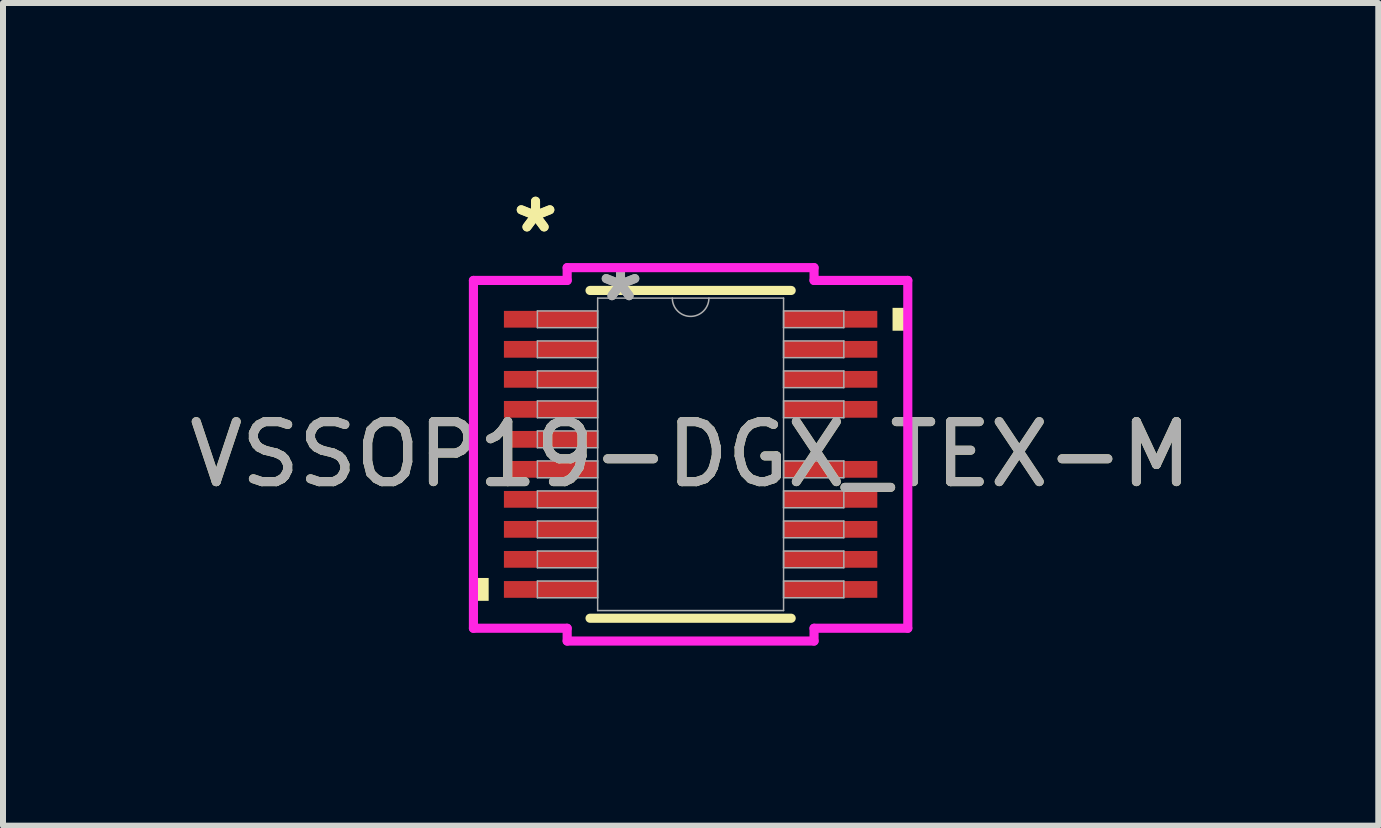
<source format=kicad_pcb>
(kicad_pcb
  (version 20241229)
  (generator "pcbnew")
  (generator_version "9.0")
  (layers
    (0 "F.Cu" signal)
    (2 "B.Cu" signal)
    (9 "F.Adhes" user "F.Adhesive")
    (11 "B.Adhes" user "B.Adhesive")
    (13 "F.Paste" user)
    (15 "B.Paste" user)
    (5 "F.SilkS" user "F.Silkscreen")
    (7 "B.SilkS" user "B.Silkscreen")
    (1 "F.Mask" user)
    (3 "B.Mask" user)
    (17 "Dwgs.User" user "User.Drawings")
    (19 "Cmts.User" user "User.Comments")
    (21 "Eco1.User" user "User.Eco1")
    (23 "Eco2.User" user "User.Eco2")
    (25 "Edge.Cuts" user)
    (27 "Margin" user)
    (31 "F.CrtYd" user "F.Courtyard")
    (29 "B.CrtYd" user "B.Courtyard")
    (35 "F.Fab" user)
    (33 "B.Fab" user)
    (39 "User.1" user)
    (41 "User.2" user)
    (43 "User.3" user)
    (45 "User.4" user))
  (footprint "VSSOP19-DGX_TEX-M"
    (layer "F.Cu")
    (at 8.458 4.521)
    (property "Reference" "VSSOP19-DGX_TEX-M" (at 0 0 0) (unlocked yes) (layer "F.SilkS") (effects (font (size 1 1) (thickness 0.15))))
    (attr smd)
    (fp_line (start -1.676 2.731) (end 1.676 2.731) (stroke (width 0.152) (type solid)) (layer "F.SilkS"))
    (fp_line (start 1.676 -2.731) (end -1.676 -2.731) (stroke (width 0.152) (type solid)) (layer "F.SilkS"))
    (fp_poly (pts (xy -3.619 2.06) (xy -3.619 2.441) (xy -3.365 2.441) (xy -3.365 2.06)) (stroke (width 0) (type solid)) (fill yes) (layer "F.SilkS"))
    (fp_poly (pts (xy 3.619 -2.441) (xy 3.619 -2.06) (xy 3.365 -2.06) (xy 3.365 -2.441)) (stroke (width 0) (type solid)) (fill yes) (layer "F.SilkS"))
    (fp_line (start -3.619 -2.898) (end -2.057 -2.898) (stroke (width 0.152) (type solid)) (layer "F.CrtYd"))
    (fp_line (start -3.619 2.898) (end -3.619 -2.898) (stroke (width 0.152) (type solid)) (layer "F.CrtYd"))
    (fp_line (start -3.619 2.898) (end -2.057 2.898) (stroke (width 0.152) (type solid)) (layer "F.CrtYd"))
    (fp_line (start -2.057 -3.111) (end 2.057 -3.111) (stroke (width 0.152) (type solid)) (layer "F.CrtYd"))
    (fp_line (start -2.057 -2.898) (end -2.057 -3.111) (stroke (width 0.152) (type solid)) (layer "F.CrtYd"))
    (fp_line (start -2.057 3.111) (end -2.057 2.898) (stroke (width 0.152) (type solid)) (layer "F.CrtYd"))
    (fp_line (start 2.057 -3.111) (end 2.057 -2.898) (stroke (width 0.152) (type solid)) (layer "F.CrtYd"))
    (fp_line (start 2.057 2.898) (end 2.057 3.111) (stroke (width 0.152) (type solid)) (layer "F.CrtYd"))
    (fp_line (start 2.057 3.111) (end -2.057 3.111) (stroke (width 0.152) (type solid)) (layer "F.CrtYd"))
    (fp_line (start 3.619 -2.898) (end 2.057 -2.898) (stroke (width 0.152) (type solid)) (layer "F.CrtYd"))
    (fp_line (start 3.619 -2.898) (end 3.619 2.898) (stroke (width 0.152) (type solid)) (layer "F.CrtYd"))
    (fp_line (start 3.619 2.898) (end 2.057 2.898) (stroke (width 0.152) (type solid)) (layer "F.CrtYd"))
    (fp_line (start -2.553 -2.39) (end -2.553 -2.111) (stroke (width 0.025) (type solid)) (layer "F.Fab"))
    (fp_line (start -2.553 -2.111) (end -1.549 -2.111) (stroke (width 0.025) (type solid)) (layer "F.Fab"))
    (fp_line (start -2.553 -1.89) (end -2.553 -1.611) (stroke (width 0.025) (type solid)) (layer "F.Fab"))
    (fp_line (start -2.553 -1.611) (end -1.549 -1.611) (stroke (width 0.025) (type solid)) (layer "F.Fab"))
    (fp_line (start -2.553 -1.39) (end -2.553 -1.111) (stroke (width 0.025) (type solid)) (layer "F.Fab"))
    (fp_line (start -2.553 -1.111) (end -1.549 -1.111) (stroke (width 0.025) (type solid)) (layer "F.Fab"))
    (fp_line (start -2.553 -0.89) (end -2.553 -0.61) (stroke (width 0.025) (type solid)) (layer "F.Fab"))
    (fp_line (start -2.553 -0.61) (end -1.549 -0.61) (stroke (width 0.025) (type solid)) (layer "F.Fab"))
    (fp_line (start -2.553 -0.39) (end -2.553 -0.11) (stroke (width 0.025) (type solid)) (layer "F.Fab"))
    (fp_line (start -2.553 -0.11) (end -1.549 -0.11) (stroke (width 0.025) (type solid)) (layer "F.Fab"))
    (fp_line (start -2.553 0.11) (end -2.553 0.39) (stroke (width 0.025) (type solid)) (layer "F.Fab"))
    (fp_line (start -2.553 0.39) (end -1.549 0.39) (stroke (width 0.025) (type solid)) (layer "F.Fab"))
    (fp_line (start -2.553 0.61) (end -2.553 0.89) (stroke (width 0.025) (type solid)) (layer "F.Fab"))
    (fp_line (start -2.553 0.89) (end -1.549 0.89) (stroke (width 0.025) (type solid)) (layer "F.Fab"))
    (fp_line (start -2.553 1.111) (end -2.553 1.39) (stroke (width 0.025) (type solid)) (layer "F.Fab"))
    (fp_line (start -2.553 1.39) (end -1.549 1.39) (stroke (width 0.025) (type solid)) (layer "F.Fab"))
    (fp_line (start -2.553 1.611) (end -2.553 1.89) (stroke (width 0.025) (type solid)) (layer "F.Fab"))
    (fp_line (start -2.553 1.89) (end -1.549 1.89) (stroke (width 0.025) (type solid)) (layer "F.Fab"))
    (fp_line (start -2.553 2.111) (end -2.553 2.39) (stroke (width 0.025) (type solid)) (layer "F.Fab"))
    (fp_line (start -2.553 2.39) (end -1.549 2.39) (stroke (width 0.025) (type solid)) (layer "F.Fab"))
    (fp_line (start -1.549 -2.603) (end -1.549 2.603) (stroke (width 0.025) (type solid)) (layer "F.Fab"))
    (fp_line (start -1.549 -2.39) (end -2.553 -2.39) (stroke (width 0.025) (type solid)) (layer "F.Fab"))
    (fp_line (start -1.549 -2.111) (end -1.549 -2.39) (stroke (width 0.025) (type solid)) (layer "F.Fab"))
    (fp_line (start -1.549 -1.89) (end -2.553 -1.89) (stroke (width 0.025) (type solid)) (layer "F.Fab"))
    (fp_line (start -1.549 -1.611) (end -1.549 -1.89) (stroke (width 0.025) (type solid)) (layer "F.Fab"))
    (fp_line (start -1.549 -1.39) (end -2.553 -1.39) (stroke (width 0.025) (type solid)) (layer "F.Fab"))
    (fp_line (start -1.549 -1.111) (end -1.549 -1.39) (stroke (width 0.025) (type solid)) (layer "F.Fab"))
    (fp_line (start -1.549 -0.89) (end -2.553 -0.89) (stroke (width 0.025) (type solid)) (layer "F.Fab"))
    (fp_line (start -1.549 -0.61) (end -1.549 -0.89) (stroke (width 0.025) (type solid)) (layer "F.Fab"))
    (fp_line (start -1.549 -0.39) (end -2.553 -0.39) (stroke (width 0.025) (type solid)) (layer "F.Fab"))
    (fp_line (start -1.549 -0.11) (end -1.549 -0.39) (stroke (width 0.025) (type solid)) (layer "F.Fab"))
    (fp_line (start -1.549 0.11) (end -2.553 0.11) (stroke (width 0.025) (type solid)) (layer "F.Fab"))
    (fp_line (start -1.549 0.39) (end -1.549 0.11) (stroke (width 0.025) (type solid)) (layer "F.Fab"))
    (fp_line (start -1.549 0.61) (end -2.553 0.61) (stroke (width 0.025) (type solid)) (layer "F.Fab"))
    (fp_line (start -1.549 0.89) (end -1.549 0.61) (stroke (width 0.025) (type solid)) (layer "F.Fab"))
    (fp_line (start -1.549 1.111) (end -2.553 1.111) (stroke (width 0.025) (type solid)) (layer "F.Fab"))
    (fp_line (start -1.549 1.39) (end -1.549 1.111) (stroke (width 0.025) (type solid)) (layer "F.Fab"))
    (fp_line (start -1.549 1.611) (end -2.553 1.611) (stroke (width 0.025) (type solid)) (layer "F.Fab"))
    (fp_line (start -1.549 1.89) (end -1.549 1.611) (stroke (width 0.025) (type solid)) (layer "F.Fab"))
    (fp_line (start -1.549 2.111) (end -2.553 2.111) (stroke (width 0.025) (type solid)) (layer "F.Fab"))
    (fp_line (start -1.549 2.39) (end -1.549 2.111) (stroke (width 0.025) (type solid)) (layer "F.Fab"))
    (fp_line (start -1.549 2.603) (end 1.549 2.603) (stroke (width 0.025) (type solid)) (layer "F.Fab"))
    (fp_line (start 1.549 -2.603) (end -1.549 -2.603) (stroke (width 0.025) (type solid)) (layer "F.Fab"))
    (fp_line (start 1.549 -2.39) (end 1.549 -2.111) (stroke (width 0.025) (type solid)) (layer "F.Fab"))
    (fp_line (start 1.549 -2.111) (end 2.553 -2.111) (stroke (width 0.025) (type solid)) (layer "F.Fab"))
    (fp_line (start 1.549 -1.89) (end 1.549 -1.611) (stroke (width 0.025) (type solid)) (layer "F.Fab"))
    (fp_line (start 1.549 -1.611) (end 2.553 -1.611) (stroke (width 0.025) (type solid)) (layer "F.Fab"))
    (fp_line (start 1.549 -1.39) (end 1.549 -1.111) (stroke (width 0.025) (type solid)) (layer "F.Fab"))
    (fp_line (start 1.549 -1.111) (end 2.553 -1.111) (stroke (width 0.025) (type solid)) (layer "F.Fab"))
    (fp_line (start 1.549 -0.89) (end 1.549 -0.61) (stroke (width 0.025) (type solid)) (layer "F.Fab"))
    (fp_line (start 1.549 -0.61) (end 2.553 -0.61) (stroke (width 0.025) (type solid)) (layer "F.Fab"))
    (fp_line (start 1.549 0.11) (end 1.549 0.39) (stroke (width 0.025) (type solid)) (layer "F.Fab"))
    (fp_line (start 1.549 0.39) (end 2.553 0.39) (stroke (width 0.025) (type solid)) (layer "F.Fab"))
    (fp_line (start 1.549 0.61) (end 1.549 0.89) (stroke (width 0.025) (type solid)) (layer "F.Fab"))
    (fp_line (start 1.549 0.89) (end 2.553 0.89) (stroke (width 0.025) (type solid)) (layer "F.Fab"))
    (fp_line (start 1.549 1.111) (end 1.549 1.39) (stroke (width 0.025) (type solid)) (layer "F.Fab"))
    (fp_line (start 1.549 1.39) (end 2.553 1.39) (stroke (width 0.025) (type solid)) (layer "F.Fab"))
    (fp_line (start 1.549 1.611) (end 1.549 1.89) (stroke (width 0.025) (type solid)) (layer "F.Fab"))
    (fp_line (start 1.549 1.89) (end 2.553 1.89) (stroke (width 0.025) (type solid)) (layer "F.Fab"))
    (fp_line (start 1.549 2.111) (end 1.549 2.39) (stroke (width 0.025) (type solid)) (layer "F.Fab"))
    (fp_line (start 1.549 2.39) (end 2.553 2.39) (stroke (width 0.025) (type solid)) (layer "F.Fab"))
    (fp_line (start 1.549 2.603) (end 1.549 -2.603) (stroke (width 0.025) (type solid)) (layer "F.Fab"))
    (fp_line (start 2.553 -2.39) (end 1.549 -2.39) (stroke (width 0.025) (type solid)) (layer "F.Fab"))
    (fp_line (start 2.553 -2.111) (end 2.553 -2.39) (stroke (width 0.025) (type solid)) (layer "F.Fab"))
    (fp_line (start 2.553 -1.89) (end 1.549 -1.89) (stroke (width 0.025) (type solid)) (layer "F.Fab"))
    (fp_line (start 2.553 -1.611) (end 2.553 -1.89) (stroke (width 0.025) (type solid)) (layer "F.Fab"))
    (fp_line (start 2.553 -1.39) (end 1.549 -1.39) (stroke (width 0.025) (type solid)) (layer "F.Fab"))
    (fp_line (start 2.553 -1.111) (end 2.553 -1.39) (stroke (width 0.025) (type solid)) (layer "F.Fab"))
    (fp_line (start 2.553 -0.89) (end 1.549 -0.89) (stroke (width 0.025) (type solid)) (layer "F.Fab"))
    (fp_line (start 2.553 -0.61) (end 2.553 -0.89) (stroke (width 0.025) (type solid)) (layer "F.Fab"))
    (fp_line (start 2.553 0.11) (end 1.549 0.11) (stroke (width 0.025) (type solid)) (layer "F.Fab"))
    (fp_line (start 2.553 0.39) (end 2.553 0.11) (stroke (width 0.025) (type solid)) (layer "F.Fab"))
    (fp_line (start 2.553 0.61) (end 1.549 0.61) (stroke (width 0.025) (type solid)) (layer "F.Fab"))
    (fp_line (start 2.553 0.89) (end 2.553 0.61) (stroke (width 0.025) (type solid)) (layer "F.Fab"))
    (fp_line (start 2.553 1.111) (end 1.549 1.111) (stroke (width 0.025) (type solid)) (layer "F.Fab"))
    (fp_line (start 2.553 1.39) (end 2.553 1.111) (stroke (width 0.025) (type solid)) (layer "F.Fab"))
    (fp_line (start 2.553 1.611) (end 1.549 1.611) (stroke (width 0.025) (type solid)) (layer "F.Fab"))
    (fp_line (start 2.553 1.89) (end 2.553 1.611) (stroke (width 0.025) (type solid)) (layer "F.Fab"))
    (fp_line (start 2.553 2.111) (end 1.549 2.111) (stroke (width 0.025) (type solid)) (layer "F.Fab"))
    (fp_line (start 2.553 2.39) (end 2.553 2.111) (stroke (width 0.025) (type solid)) (layer "F.Fab"))
    (fp_arc (start 0.3048 -2.6035) (mid 0 -2.2987) (end -0.3048 -2.6035) (stroke (width 0.0254) (type solid)) (layer "F.Fab"))
    (fp_text user "*" (at -2.584 -3.673 0) (layer "F.SilkS") (effects (font (size 1 1) (thickness 0.15))))
    (fp_text user "*" (at -2.584 -3.673 0) (unlocked yes) (layer "F.SilkS") (effects (font (size 1 1) (thickness 0.15))))
    (fp_text user "${REFERENCE}" (at 0 0 0) (unlocked yes) (layer "F.Fab") (effects (font (size 1 1) (thickness 0.15))))
    (fp_text user "*" (at -1.168 -2.527 0) (layer "F.Fab") (effects (font (size 1 1) (thickness 0.15))))
    (fp_text user "*" (at -1.168 -2.527 0) (unlocked yes) (layer "F.Fab") (effects (font (size 1 1) (thickness 0.15))))
    (pad "1" smd rect (at -2.33 -2.251) (size 1.562 0.279) (layers "F.Cu" "F.Mask" "F.Paste"))
    (pad "2" smd rect (at -2.33 -1.75) (size 1.562 0.279) (layers "F.Cu" "F.Mask" "F.Paste"))
    (pad "3" smd rect (at -2.33 -1.25) (size 1.562 0.279) (layers "F.Cu" "F.Mask" "F.Paste"))
    (pad "4" smd rect (at -2.33 -0.75) (size 1.562 0.279) (layers "F.Cu" "F.Mask" "F.Paste"))
    (pad "5" smd rect (at -2.33 -0.25) (size 1.562 0.279) (layers "F.Cu" "F.Mask" "F.Paste"))
    (pad "6" smd rect (at -2.33 0.25) (size 1.562 0.279) (layers "F.Cu" "F.Mask" "F.Paste"))
    (pad "7" smd rect (at -2.33 0.75) (size 1.562 0.279) (layers "F.Cu" "F.Mask" "F.Paste"))
    (pad "8" smd rect (at -2.33 1.25) (size 1.562 0.279) (layers "F.Cu" "F.Mask" "F.Paste"))
    (pad "9" smd rect (at -2.33 1.75) (size 1.562 0.279) (layers "F.Cu" "F.Mask" "F.Paste"))
    (pad "10" smd rect (at -2.33 2.251) (size 1.562 0.279) (layers "F.Cu" "F.Mask" "F.Paste"))
    (pad "11" smd rect (at 2.33 2.251) (size 1.562 0.279) (layers "F.Cu" "F.Mask" "F.Paste"))
    (pad "12" smd rect (at 2.33 1.75) (size 1.562 0.279) (layers "F.Cu" "F.Mask" "F.Paste"))
    (pad "13" smd rect (at 2.33 1.25) (size 1.562 0.279) (layers "F.Cu" "F.Mask" "F.Paste"))
    (pad "14" smd rect (at 2.33 0.75) (size 1.562 0.279) (layers "F.Cu" "F.Mask" "F.Paste"))
    (pad "15" smd rect (at 2.33 0.25) (size 1.562 0.279) (layers "F.Cu" "F.Mask" "F.Paste"))
    (pad "17" smd rect (at 2.33 -0.75) (size 1.562 0.279) (layers "F.Cu" "F.Mask" "F.Paste"))
    (pad "18" smd rect (at 2.33 -1.25) (size 1.562 0.279) (layers "F.Cu" "F.Mask" "F.Paste"))
    (pad "19" smd rect (at 2.33 -1.75) (size 1.562 0.279) (layers "F.Cu" "F.Mask" "F.Paste"))
    (pad "20" smd rect (at 2.33 -2.251) (size 1.562 0.279) (layers "F.Cu" "F.Mask" "F.Paste")))
  (gr_rect
    (start -3 -3)
    (end 19.917 10.709)
    (stroke (width 0.1) (type default))
    (fill no)
    (layer "Edge.Cuts")))
</source>
